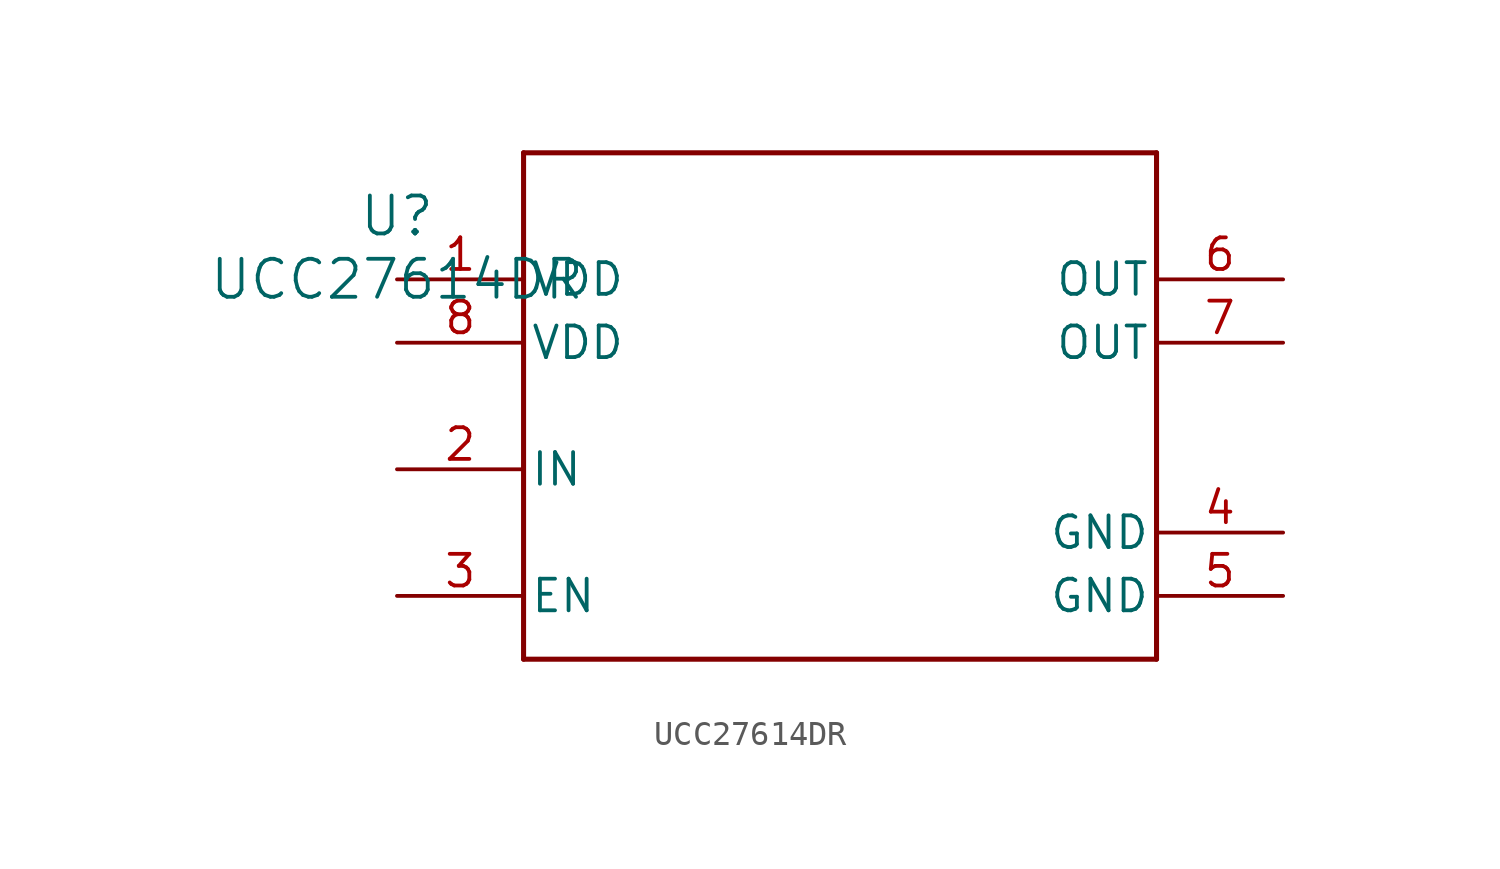
<source format=kicad_sym>
(kicad_symbol_lib
  (version 20211014)
  (generator kicad_symbol_editor)
  (symbol "UCC27614DR"
    (pin_names
      (offset 0.254))
    (property "Reference" "U"
      (at 0 2.54 0)
      (effects (font (size 1.524 1.524))))
    (property "Value" "UCC27614DR"
      (at 0 0 0)
      (effects (font (size 1.524 1.524))))
    (symbol "UCC27614DR_0_1"
      (polyline (pts (xy 5.08 -15.24) (xy 30.48 -15.24)) (stroke (width 0.203) (type default) (color 0 0 0 0)) (fill (type none)))
      (polyline (pts (xy 30.48 -15.24) (xy 30.48 5.08)) (stroke (width 0.203) (type default) (color 0 0 0 0)) (fill (type none)))
      (polyline (pts (xy 30.48 5.08) (xy 5.08 5.08)) (stroke (width 0.203) (type default) (color 0 0 0 0)) (fill (type none)))
      (polyline (pts (xy 5.08 5.08) (xy 5.08 -15.24)) (stroke (width 0.203) (type default) (color 0 0 0 0)) (fill (type none)))
      (pin power_in line (at 0 0 0) (length 5.08) (name "VDD" (effects (font (size 1.27 1.27)))) (number "1" (effects (font (size 1.27 1.27)))))
      (pin input line (at 0 -7.62 0) (length 5.08) (name "IN" (effects (font (size 1.27 1.27)))) (number "2" (effects (font (size 1.27 1.27)))))
      (pin input line (at 0 -12.7 0) (length 5.08) (name "EN" (effects (font (size 1.27 1.27)))) (number "3" (effects (font (size 1.27 1.27)))))
      (pin power_in line (at 35.56 -10.16 180) (length 5.08) (name "GND" (effects (font (size 1.27 1.27)))) (number "4" (effects (font (size 1.27 1.27)))))
      (pin power_in line (at 35.56 -12.7 180) (length 5.08) (name "GND" (effects (font (size 1.27 1.27)))) (number "5" (effects (font (size 1.27 1.27)))))
      (pin unspecified line (at 35.56 0 180) (length 5.08) (name "OUT" (effects (font (size 1.27 1.27)))) (number "6" (effects (font (size 1.27 1.27)))))
      (pin unspecified line (at 35.56 -2.54 180) (length 5.08) (name "OUT" (effects (font (size 1.27 1.27)))) (number "7" (effects (font (size 1.27 1.27)))))
      (pin power_in line (at 0 -2.54 0) (length 5.08) (name "VDD" (effects (font (size 1.27 1.27)))) (number "8" (effects (font (size 1.27 1.27))))))))
</source>
